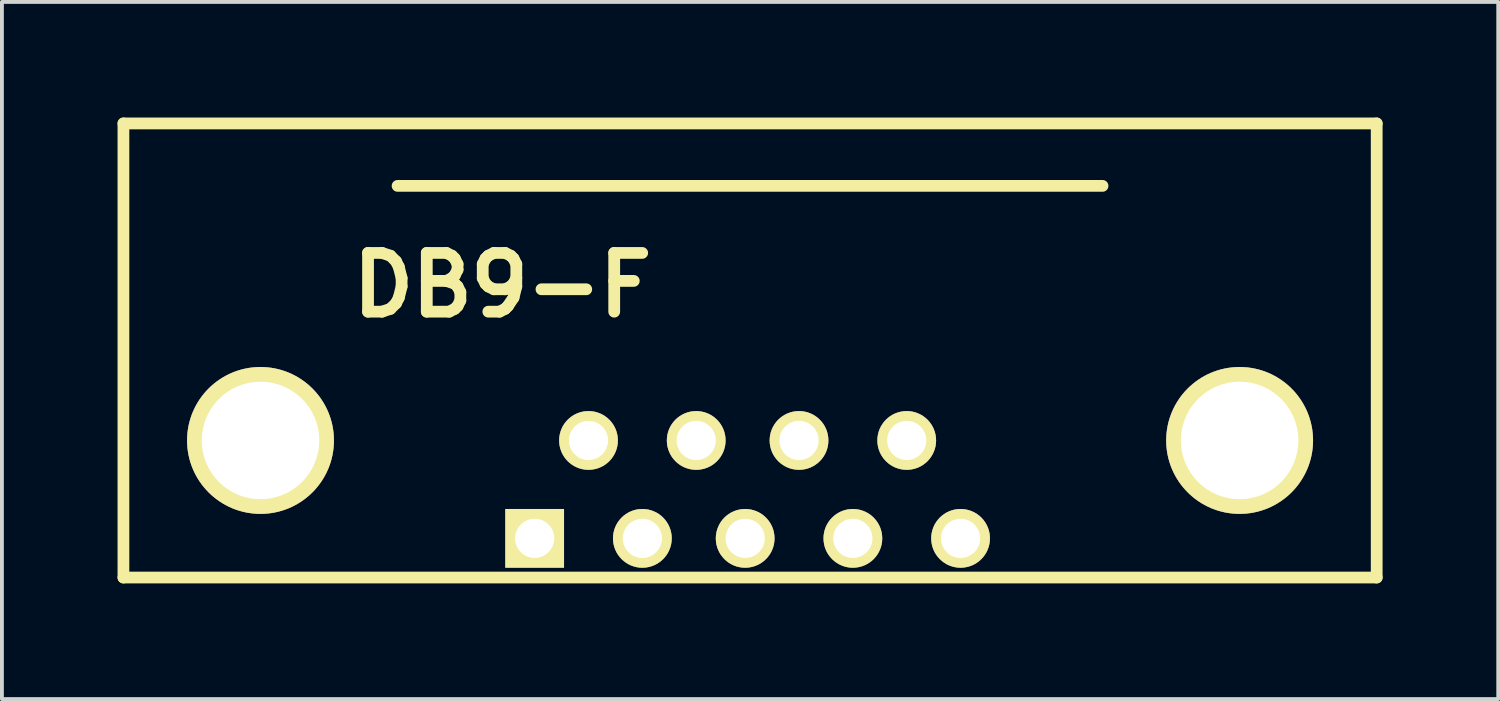
<source format=kicad_pcb>
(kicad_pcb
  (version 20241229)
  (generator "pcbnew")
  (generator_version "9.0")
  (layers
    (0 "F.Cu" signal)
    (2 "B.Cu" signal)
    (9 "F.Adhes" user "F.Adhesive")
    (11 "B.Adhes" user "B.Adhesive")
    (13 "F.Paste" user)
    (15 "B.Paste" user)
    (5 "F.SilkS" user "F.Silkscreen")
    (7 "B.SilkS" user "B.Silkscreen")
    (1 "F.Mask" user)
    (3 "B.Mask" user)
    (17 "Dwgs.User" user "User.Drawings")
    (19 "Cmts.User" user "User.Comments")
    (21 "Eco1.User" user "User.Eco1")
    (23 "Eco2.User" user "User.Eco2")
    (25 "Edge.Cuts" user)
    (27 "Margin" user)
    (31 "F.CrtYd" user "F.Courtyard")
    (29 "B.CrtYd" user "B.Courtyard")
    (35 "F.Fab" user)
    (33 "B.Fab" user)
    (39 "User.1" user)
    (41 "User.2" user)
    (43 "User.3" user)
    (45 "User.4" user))
  (footprint "DB9-F"
    (layer "F.Cu")
    (at 16.281 9.646)
    (property "Reference" "DB9-F" (at -6.3 -5.3 0) (layer "F.SilkS") (effects (font (size 1.524 1.524) (thickness 0.305))))
    (attr through_hole)
    (fp_line (start -16.129 -9.494) (end -16.129 2.286) (stroke (width 0.305) (type solid)) (layer "F.SilkS"))
    (fp_line (start -16.129 2.286) (end 16.383 2.286) (stroke (width 0.305) (type solid)) (layer "F.SilkS"))
    (fp_line (start -9.017 -7.874) (end 9.271 -7.874) (stroke (width 0.305) (type solid)) (layer "F.SilkS"))
    (fp_line (start 16.383 -9.494) (end -16.129 -9.494) (stroke (width 0.305) (type solid)) (layer "F.SilkS"))
    (fp_line (start 16.383 2.286) (end 16.383 -9.494) (stroke (width 0.305) (type solid)) (layer "F.SilkS"))
    (pad "" thru_hole circle (at -12.573 -1.27) (size 3.81 3.81) (drill 3.048) (layers "*.Cu" "*.Mask" "F.SilkS"))
    (pad "" thru_hole circle (at 12.827 -1.27) (size 3.81 3.81) (drill 3.048) (layers "*.Cu" "*.Mask" "F.SilkS"))
    (pad "1" thru_hole rect (at -5.461 1.27) (size 1.524 1.524) (drill 1.016) (layers "*.Cu" "*.Mask" "F.SilkS"))
    (pad "2" thru_hole circle (at -2.667 1.27) (size 1.524 1.524) (drill 1.016) (layers "*.Cu" "*.Mask" "F.SilkS"))
    (pad "3" thru_hole circle (at 0 1.27) (size 1.524 1.524) (drill 1.016) (layers "*.Cu" "*.Mask" "F.SilkS"))
    (pad "4" thru_hole circle (at 2.794 1.27) (size 1.524 1.524) (drill 1.016) (layers "*.Cu" "*.Mask" "F.SilkS"))
    (pad "5" thru_hole circle (at 5.588 1.27) (size 1.524 1.524) (drill 1.016) (layers "*.Cu" "*.Mask" "F.SilkS"))
    (pad "6" thru_hole circle (at -4.064 -1.27) (size 1.524 1.524) (drill 1.016) (layers "*.Cu" "*.Mask" "F.SilkS"))
    (pad "7" thru_hole circle (at -1.27 -1.27) (size 1.524 1.524) (drill 1.016) (layers "*.Cu" "*.Mask" "F.SilkS"))
    (pad "8" thru_hole circle (at 1.397 -1.27) (size 1.524 1.524) (drill 1.016) (layers "*.Cu" "*.Mask" "F.SilkS"))
    (pad "9" thru_hole circle (at 4.191 -1.27) (size 1.524 1.524) (drill 1.016) (layers "*.Cu" "*.Mask" "F.SilkS")))
  (gr_rect
    (start -3 -3)
    (end 35.817 15.085)
    (stroke (width 0.1) (type default))
    (fill no)
    (layer "Edge.Cuts")))
</source>
